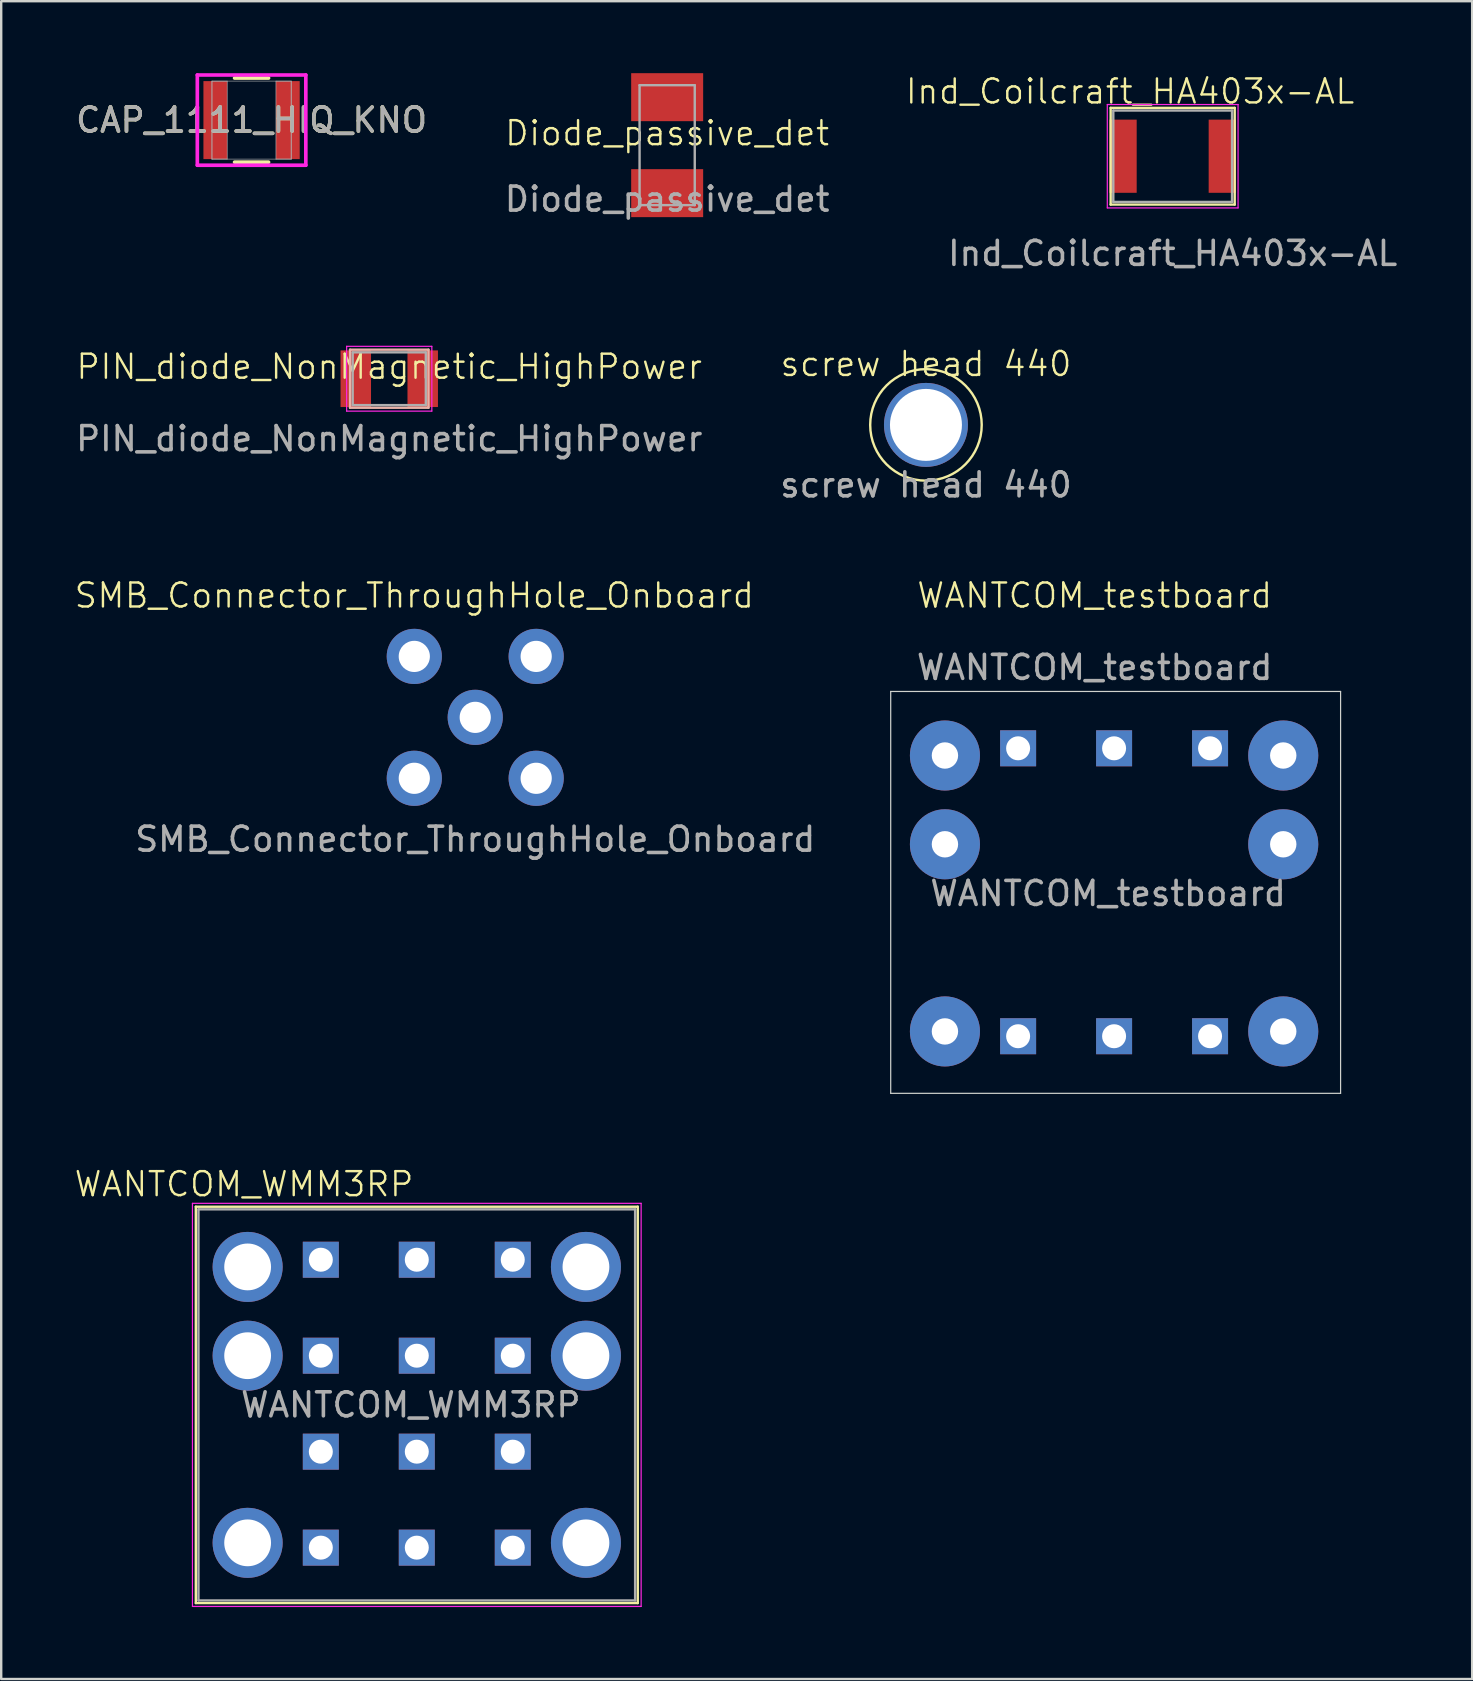
<source format=kicad_pcb>
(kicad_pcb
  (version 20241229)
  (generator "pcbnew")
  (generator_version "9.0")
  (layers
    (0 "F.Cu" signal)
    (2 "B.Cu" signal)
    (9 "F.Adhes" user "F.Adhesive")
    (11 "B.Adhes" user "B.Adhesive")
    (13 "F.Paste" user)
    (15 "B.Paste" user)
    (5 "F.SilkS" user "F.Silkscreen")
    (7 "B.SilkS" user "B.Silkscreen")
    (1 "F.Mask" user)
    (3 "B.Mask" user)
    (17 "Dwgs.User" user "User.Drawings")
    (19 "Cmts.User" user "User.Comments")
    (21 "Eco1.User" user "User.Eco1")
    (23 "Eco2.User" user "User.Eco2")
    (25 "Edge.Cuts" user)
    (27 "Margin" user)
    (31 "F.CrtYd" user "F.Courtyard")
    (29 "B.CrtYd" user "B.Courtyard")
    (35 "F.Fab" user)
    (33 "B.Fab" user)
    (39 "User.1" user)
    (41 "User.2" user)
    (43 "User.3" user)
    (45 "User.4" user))
  (footprint "SMB_Connector_ThroughHole_Onboard"
    (layer "F.Cu")
    (at 16.757 26.848)
    (property "Reference" "SMB_Connector_ThroughHole_Onboard" (at -2.54 -5.08 0) (unlocked yes) (layer "F.SilkS") (effects (font (size 1 1) (thickness 0.1))))
    (attr through_hole)
    (fp_text user "${REFERENCE}" (at 0 5.08 0) (unlocked yes) (layer "F.Fab") (effects (font (size 1 1) (thickness 0.15))))
    (pad "1" thru_hole circle (at 0 0) (size 2.3 2.3) (drill 1.3) (layers "*.Cu" "*.Mask"))
    (pad "2" thru_hole circle (at -2.54 -2.54) (size 2.3 2.3) (drill 1.3) (layers "*.Cu" "*.Mask"))
    (pad "2" thru_hole circle (at -2.54 2.54) (size 2.3 2.3) (drill 1.3) (layers "*.Cu" "*.Mask"))
    (pad "2" thru_hole circle (at 2.54 -2.54) (size 2.3 2.3) (drill 1.3) (layers "*.Cu" "*.Mask"))
    (pad "2" thru_hole circle (at 2.54 2.54) (size 2.3 2.3) (drill 1.3) (layers "*.Cu" "*.Mask")))
  (footprint "WANTCOM_testboard"
    (layer "F.Cu")
    (at 42.573 22.268)
    (property "Reference" "WANTCOM_testboard" (at 0 -0.5 0) (unlocked yes) (layer "F.SilkS") (effects (font (size 1 1) (thickness 0.1))))
    (attr smd)
    (fp_line (start -8.5 3.5) (end 10.25 3.5) (stroke (width 0.05) (type default)) (layer "Edge.Cuts"))
    (fp_line (start -8.5 20.25) (end -8.5 3.5) (stroke (width 0.05) (type default)) (layer "Edge.Cuts"))
    (fp_line (start 10.25 3.5) (end 10.25 20.25) (stroke (width 0.05) (type default)) (layer "Edge.Cuts"))
    (fp_line (start 10.25 20.25) (end -8.5 20.25) (stroke (width 0.05) (type default)) (layer "Edge.Cuts"))
    (fp_text user "${REFERENCE}" (at 0.56 11.92 0) (unlocked yes) (layer "F.Fab") (effects (font (size 1 1) (thickness 0.15))))
    (fp_text user "${REFERENCE}" (at 0 2.5 0) (unlocked yes) (layer "F.Fab") (effects (font (size 1 1) (thickness 0.15))))
    (pad "1" thru_hole circle (at -6.24 9.87) (size 2.92 2.92) (drill 1.1) (layers "*.Cu" "*.Mask"))
    (pad "2" thru_hole circle (at 7.86 9.87) (size 2.92 2.92) (drill 1.1) (layers "*.Cu" "*.Mask"))
    (pad "3" thru_hole circle (at -6.24 6.17) (size 2.92 2.92) (drill 1.1) (layers "*.Cu" "*.Mask"))
    (pad "3" thru_hole circle (at -6.24 17.67) (size 2.92 2.92) (drill 1.1) (layers "*.Cu" "*.Mask"))
    (pad "3" thru_hole rect (at -3.19 5.87) (size 1.5 1.5) (drill 1) (property pad_prop_heatsink) (layers "*.Cu" "*.Mask"))
    (pad "3" thru_hole rect (at -3.19 17.87) (size 1.5 1.5) (drill 1) (layers "*.Cu" "*.Mask"))
    (pad "3" thru_hole rect (at 0.81 5.87) (size 1.5 1.5) (drill 1) (property pad_prop_heatsink) (layers "*.Cu" "*.Mask"))
    (pad "3" thru_hole rect (at 0.81 17.87) (size 1.5 1.5) (drill 1) (layers "*.Cu" "*.Mask"))
    (pad "3" thru_hole rect (at 4.81 5.87) (size 1.5 1.5) (drill 1) (property pad_prop_heatsink) (layers "*.Cu" "*.Mask"))
    (pad "3" thru_hole rect (at 4.81 17.87) (size 1.5 1.5) (drill 1) (layers "*.Cu" "*.Mask"))
    (pad "3" thru_hole circle (at 7.86 6.17) (size 2.92 2.92) (drill 1.1) (layers "*.Cu" "*.Mask"))
    (pad "3" thru_hole circle (at 7.86 17.67) (size 2.92 2.92) (drill 1.1) (layers "*.Cu" "*.Mask")))
  (footprint "Diode_passive_det"
    (layer "F.Cu")
    (at 24.756 3)
    (property "Reference" "Diode_passive_det" (at 0 -0.5 0) (unlocked yes) (layer "F.SilkS") (effects (font (size 1 1) (thickness 0.1))))
    (attr smd)
    (fp_line (start -1.15 -2.5) (end 1.15 -2.5) (stroke (width 0.1) (type default)) (layer "F.Fab"))
    (fp_line (start -1.15 2.5) (end -1.15 -2.5) (stroke (width 0.1) (type default)) (layer "F.Fab"))
    (fp_line (start 1.15 -2.5) (end 1.15 2.5) (stroke (width 0.1) (type default)) (layer "F.Fab"))
    (fp_line (start 1.15 2.5) (end -1.15 2.5) (stroke (width 0.1) (type default)) (layer "F.Fab"))
    (fp_text user "${REFERENCE}" (at 0 2.25 0) (unlocked yes) (layer "F.Fab") (effects (font (size 1 1) (thickness 0.15))))
    (pad "1" smd rect (at 0 -2) (size 3 2) (layers "F.Cu" "F.Mask" "F.Paste"))
    (pad "2" smd rect (at 0 2) (size 3 2) (layers "F.Cu" "F.Mask" "F.Paste"))
    (zone (net_name "") (layer "F.Cu") (hatch edge 0.5) (connect_pads) (min_thickness 0.25) (filled_areas_thickness no) (keepout (tracks not_allowed) (vias not_allowed) (pads not_allowed) (copperpour allowed) (footprints allowed)) (placement (enabled no)) (fill) (polygon (pts (xy 23.256 2) (xy 26.256 2) (xy 26.256 4.05) (xy 23.256 4.05)))))
  (footprint "CAP_1111_HIQ_KNO"
    (layer "F.Cu")
    (at 7.435 1.956)
    (property "Reference" "CAP_1111_HIQ_KNO" (at 0 0 0) (unlocked yes) (layer "F.SilkS") (effects (font (size 1 1) (thickness 0.15))))
    (attr smd)
    (fp_line (start -0.708 1.753) (end 0.708 1.753) (stroke (width 0.152) (type solid)) (layer "F.SilkS"))
    (fp_line (start 0.708 -1.753) (end -0.708 -1.753) (stroke (width 0.152) (type solid)) (layer "F.SilkS"))
    (fp_line (start -2.261 -1.88) (end 2.261 -1.88) (stroke (width 0.152) (type solid)) (layer "F.CrtYd"))
    (fp_line (start -2.261 1.88) (end -2.261 -1.88) (stroke (width 0.152) (type solid)) (layer "F.CrtYd"))
    (fp_line (start 2.261 -1.88) (end 2.261 1.88) (stroke (width 0.152) (type solid)) (layer "F.CrtYd"))
    (fp_line (start 2.261 1.88) (end -2.261 1.88) (stroke (width 0.152) (type solid)) (layer "F.CrtYd"))
    (fp_line (start -1.651 -1.626) (end -1.651 1.626) (stroke (width 0.025) (type solid)) (layer "F.Fab"))
    (fp_line (start -1.651 -1.626) (end -1.651 1.626) (stroke (width 0.025) (type solid)) (layer "F.Fab"))
    (fp_line (start -1.651 1.626) (end -1.016 1.626) (stroke (width 0.025) (type solid)) (layer "F.Fab"))
    (fp_line (start -1.651 1.626) (end 1.651 1.626) (stroke (width 0.025) (type solid)) (layer "F.Fab"))
    (fp_line (start -1.016 -1.626) (end -1.651 -1.626) (stroke (width 0.025) (type solid)) (layer "F.Fab"))
    (fp_line (start -1.016 1.626) (end -1.016 -1.626) (stroke (width 0.025) (type solid)) (layer "F.Fab"))
    (fp_line (start 1.016 -1.626) (end 1.016 1.626) (stroke (width 0.025) (type solid)) (layer "F.Fab"))
    (fp_line (start 1.016 1.626) (end 1.651 1.626) (stroke (width 0.025) (type solid)) (layer "F.Fab"))
    (fp_line (start 1.651 -1.626) (end -1.651 -1.626) (stroke (width 0.025) (type solid)) (layer "F.Fab"))
    (fp_line (start 1.651 -1.626) (end 1.016 -1.626) (stroke (width 0.025) (type solid)) (layer "F.Fab"))
    (fp_line (start 1.651 1.626) (end 1.651 -1.626) (stroke (width 0.025) (type solid)) (layer "F.Fab"))
    (fp_line (start 1.651 1.626) (end 1.651 -1.626) (stroke (width 0.025) (type solid)) (layer "F.Fab"))
    (fp_circle (center -1.384 0) (end -1.384 0) (stroke (width 0.025) (type solid)) (fill no) (layer "F.Fab"))
    (fp_text user "${REFERENCE}" (at 0 0 0) (unlocked yes) (layer "F.Fab") (effects (font (size 1 1) (thickness 0.15))))
    (pad "1" smd rect (at -1.511 0) (size 0.991 3.251) (layers "F.Cu" "F.Mask" "F.Paste"))
    (pad "2" smd rect (at 1.511 0) (size 0.991 3.251) (layers "F.Cu" "F.Mask" "F.Paste"))
    (zone (net_name "") (layer "F.Cu") (hatch full 0.508) (connect_pads) (min_thickness 0.254) (filled_areas_thickness no) (keepout (tracks not_allowed) (vias not_allowed) (pads allowed) (copperpour not_allowed) (footprints allowed)) (placement (enabled no)) (fill) (polygon (pts (xy 6.469 0.381) (xy 8.4 0.381) (xy 8.4 3.531) (xy 6.469 3.531)))))
  (footprint "PIN_diode_NonMagnetic_HighPower"
    (layer "F.Cu")
    (at 13.173 12.734)
    (property "Reference" "PIN_diode_NonMagnetic_HighPower" (at 0 -0.5 0) (unlocked yes) (layer "F.SilkS") (effects (font (size 1 1) (thickness 0.1))))
    (attr smd)
    (fp_line (start -1.635 -1.21) (end 1.635 -1.21) (stroke (width 0.1) (type default)) (layer "B.SilkS"))
    (fp_line (start -1.635 1.21) (end -1.635 -1.21) (stroke (width 0.1) (type default)) (layer "B.SilkS"))
    (fp_line (start 1.635 -1.21) (end 1.635 1.21) (stroke (width 0.1) (type default)) (layer "B.SilkS"))
    (fp_line (start 1.635 1.21) (end -1.635 1.21) (stroke (width 0.1) (type default)) (layer "B.SilkS"))
    (fp_line (start -1.775 -1.35) (end 1.775 -1.35) (stroke (width 0.05) (type default)) (layer "F.CrtYd"))
    (fp_line (start -1.775 1.35) (end -1.775 -1.35) (stroke (width 0.05) (type default)) (layer "F.CrtYd"))
    (fp_line (start 1.775 -1.35) (end 1.775 1.35) (stroke (width 0.05) (type default)) (layer "F.CrtYd"))
    (fp_line (start 1.775 1.35) (end -1.775 1.35) (stroke (width 0.05) (type default)) (layer "F.CrtYd"))
    (fp_line (start -1.525 -1.1) (end 1.525 -1.1) (stroke (width 0.1) (type default)) (layer "F.Fab"))
    (fp_line (start -1.525 1.1) (end -1.525 -1.1) (stroke (width 0.1) (type default)) (layer "F.Fab"))
    (fp_line (start 1.525 -1.1) (end 1.525 1.1) (stroke (width 0.1) (type default)) (layer "F.Fab"))
    (fp_line (start 1.525 1.1) (end -1.525 1.1) (stroke (width 0.1) (type default)) (layer "F.Fab"))
    (fp_text user "${REFERENCE}" (at 0 2.5 0) (unlocked yes) (layer "F.Fab") (effects (font (size 1 1) (thickness 0.15))))
    (pad "1" smd rect (at -1.395 0) (size 1.27 2.36) (layers "F.Cu" "F.Mask" "F.Paste"))
    (pad "2" smd rect (at 1.395 0) (size 1.27 2.36) (layers "F.Cu" "F.Mask" "F.Paste"))
    (zone (net_name "") (layer "F.Cu") (hatch edge 0.5) (connect_pads) (min_thickness 0.25) (filled_areas_thickness no) (keepout (tracks not_allowed) (vias not_allowed) (pads allowed) (copperpour not_allowed) (footprints allowed)) (placement (enabled no)) (fill) (polygon (pts (xy 12.413 11.554) (xy 13.933 11.554) (xy 13.933 13.914) (xy 12.413 13.914)))))
  (footprint "Ind_Coilcraft_HA403x-AL"
    (layer "F.Cu")
    (at 45.825 3.461)
    (property "Reference" "Ind_Coilcraft_HA403x-AL" (at -1.775 -2.7 0) (unlocked yes) (layer "F.SilkS") (effects (font (size 1 1) (thickness 0.1))))
    (attr smd)
    (fp_line (start -2.585 -2.015) (end 2.585 -2.015) (stroke (width 0.1) (type default)) (layer "F.SilkS"))
    (fp_line (start -2.585 2.015) (end -2.585 -2.015) (stroke (width 0.1) (type default)) (layer "F.SilkS"))
    (fp_line (start 2.585 -2.015) (end 2.585 2.015) (stroke (width 0.1) (type default)) (layer "F.SilkS"))
    (fp_line (start 2.585 2.015) (end -2.585 2.015) (stroke (width 0.1) (type default)) (layer "F.SilkS"))
    (fp_line (start -2.725 -2.155) (end 2.725 -2.155) (stroke (width 0.05) (type default)) (layer "F.CrtYd"))
    (fp_line (start -2.725 2.155) (end -2.725 -2.155) (stroke (width 0.05) (type default)) (layer "F.CrtYd"))
    (fp_line (start 2.725 -2.155) (end 2.725 2.155) (stroke (width 0.05) (type default)) (layer "F.CrtYd"))
    (fp_line (start 2.725 2.155) (end -2.725 2.155) (stroke (width 0.05) (type default)) (layer "F.CrtYd"))
    (fp_line (start -2.475 -1.905) (end 2.475 -1.905) (stroke (width 0.1) (type default)) (layer "F.Fab"))
    (fp_line (start -2.475 1.905) (end -2.475 -1.905) (stroke (width 0.1) (type default)) (layer "F.Fab"))
    (fp_line (start 2.475 -1.905) (end 2.475 1.905) (stroke (width 0.1) (type default)) (layer "F.Fab"))
    (fp_line (start 2.475 1.905) (end -2.475 1.905) (stroke (width 0.1) (type default)) (layer "F.Fab"))
    (fp_text user "${REFERENCE}" (at 0 4.05 0) (unlocked yes) (layer "F.Fab") (effects (font (size 1 1) (thickness 0.15))))
    (pad "1" smd rect (at -2.07 0) (size 1.14 3.05) (layers "F.Cu" "F.Mask" "F.Paste"))
    (pad "2" smd rect (at 2.07 0) (size 1.14 3.05) (layers "F.Cu" "F.Mask" "F.Paste"))
    (zone (net_name "") (layer "F.Cu") (hatch edge 0.5) (connect_pads) (min_thickness 0.25) (filled_areas_thickness no) (keepout (tracks not_allowed) (vias not_allowed) (pads not_allowed) (copperpour allowed) (footprints allowed)) (placement (enabled no)) (fill) (polygon (pts (xy 44.325 1.935) (xy 47.325 1.935) (xy 47.325 4.986) (xy 44.325 4.986)))))
  (footprint "WANTCOM_WMM3RP"
    (layer "F.Cu")
    (at 14.321 53.453)
    (property "Reference" "WANTCOM_WMM3RP" (at -7.2 -7.15 0) (unlocked yes) (layer "F.SilkS") (effects (font (size 1 1) (thickness 0.1))))
    (attr smd)
    (fp_line (start -9.21 -6.21) (end 9.21 -6.21) (stroke (width 0.1) (type default)) (layer "F.SilkS"))
    (fp_line (start -9.21 10.31) (end -9.21 -6.21) (stroke (width 0.1) (type default)) (layer "F.SilkS"))
    (fp_line (start 9.21 -6.21) (end 9.21 10.31) (stroke (width 0.1) (type default)) (layer "F.SilkS"))
    (fp_line (start 9.21 10.31) (end -9.21 10.31) (stroke (width 0.1) (type default)) (layer "F.SilkS"))
    (fp_line (start -9.35 -6.35) (end 9.35 -6.35) (stroke (width 0.05) (type default)) (layer "F.CrtYd"))
    (fp_line (start -9.35 10.45) (end -9.35 -6.35) (stroke (width 0.05) (type default)) (layer "F.CrtYd"))
    (fp_line (start 9.35 -6.35) (end 9.35 10.45) (stroke (width 0.05) (type default)) (layer "F.CrtYd"))
    (fp_line (start 9.35 10.45) (end -9.35 10.45) (stroke (width 0.05) (type default)) (layer "F.CrtYd"))
    (fp_line (start -9.1 -6.1) (end 9.1 -6.1) (stroke (width 0.1) (type default)) (layer "F.Fab"))
    (fp_line (start -9.1 10.2) (end -9.1 -6.1) (stroke (width 0.1) (type default)) (layer "F.Fab"))
    (fp_line (start -9.1 10.2) (end 9.1 10.2) (stroke (width 0.1) (type default)) (layer "F.Fab"))
    (fp_line (start 9.1 -6.1) (end 9.1 10.2) (stroke (width 0.1) (type default)) (layer "F.Fab"))
    (fp_text user "${REFERENCE}" (at -0.25 2.05 0) (unlocked yes) (layer "F.Fab") (effects (font (size 1 1) (thickness 0.15))))
    (pad "1" thru_hole circle (at -7.05 0) (size 2.92 2.92) (drill 1.95) (layers "*.Cu" "*.Mask"))
    (pad "2" thru_hole circle (at 7.05 0) (size 2.92 2.92) (drill 1.95) (layers "*.Cu" "*.Mask"))
    (pad "3" thru_hole circle (at -7.05 -3.7) (size 2.92 2.92) (drill 1.95) (layers "*.Cu" "*.Mask"))
    (pad "3" thru_hole circle (at -7.05 7.8) (size 2.92 2.92) (drill 1.95) (layers "*.Cu" "*.Mask"))
    (pad "3" thru_hole rect (at -4 -4) (size 1.5 1.5) (drill 1) (property pad_prop_heatsink) (layers "*.Cu" "*.Mask"))
    (pad "3" thru_hole rect (at -4 0) (size 1.5 1.5) (drill 1) (layers "*.Cu" "*.Mask"))
    (pad "3" thru_hole rect (at -4 4) (size 1.5 1.5) (drill 1) (layers "*.Cu" "*.Mask"))
    (pad "3" thru_hole rect (at -4 8) (size 1.5 1.5) (drill 1) (layers "*.Cu" "*.Mask"))
    (pad "3" thru_hole rect (at 0 -4) (size 1.5 1.5) (drill 1) (property pad_prop_heatsink) (layers "*.Cu" "*.Mask"))
    (pad "3" thru_hole rect (at 0 0) (size 1.5 1.5) (drill 1) (layers "*.Cu" "*.Mask"))
    (pad "3" thru_hole rect (at 0 4) (size 1.5 1.5) (drill 1) (layers "*.Cu" "*.Mask"))
    (pad "3" thru_hole rect (at 0 8) (size 1.5 1.5) (drill 1) (layers "*.Cu" "*.Mask"))
    (pad "3" thru_hole rect (at 4 -4) (size 1.5 1.5) (drill 1) (property pad_prop_heatsink) (layers "*.Cu" "*.Mask"))
    (pad "3" thru_hole rect (at 4 0) (size 1.5 1.5) (drill 1) (layers "*.Cu" "*.Mask"))
    (pad "3" thru_hole rect (at 4 4) (size 1.5 1.5) (drill 1) (layers "*.Cu" "*.Mask"))
    (pad "3" thru_hole rect (at 4 8) (size 1.5 1.5) (drill 1) (layers "*.Cu" "*.Mask"))
    (pad "3" thru_hole circle (at 7.05 -3.7) (size 2.92 2.92) (drill 1.95) (layers "*.Cu" "*.Mask"))
    (pad "3" thru_hole circle (at 7.05 7.8) (size 2.92 2.92) (drill 1.95) (layers "*.Cu" "*.Mask")))
  (footprint "screw head 440"
    (layer "F.Cu")
    (at 35.542 14.659)
    (property "Reference" "screw head 440" (at 0 -2.54 0) (unlocked yes) (layer "F.SilkS") (effects (font (size 1 1) (thickness 0.1))))
    (attr through_hole)
    (fp_circle (center 0 0) (end 2.324 0) (stroke (width 0.1) (type default)) (fill no) (layer "F.SilkS"))
    (fp_text user "${REFERENCE}" (at 0 2.5 0) (unlocked yes) (layer "F.Fab") (effects (font (size 1 1) (thickness 0.15))))
    (pad "1" thru_hole circle (at 0 0) (size 3.5 3.5) (drill 3) (layers "*.Cu" "*.Mask")))
  (gr_rect
    (start -3 -3)
    (end 58.307 66.928)
    (stroke (width 0.1) (type default))
    (fill no)
    (layer "Edge.Cuts")))
</source>
